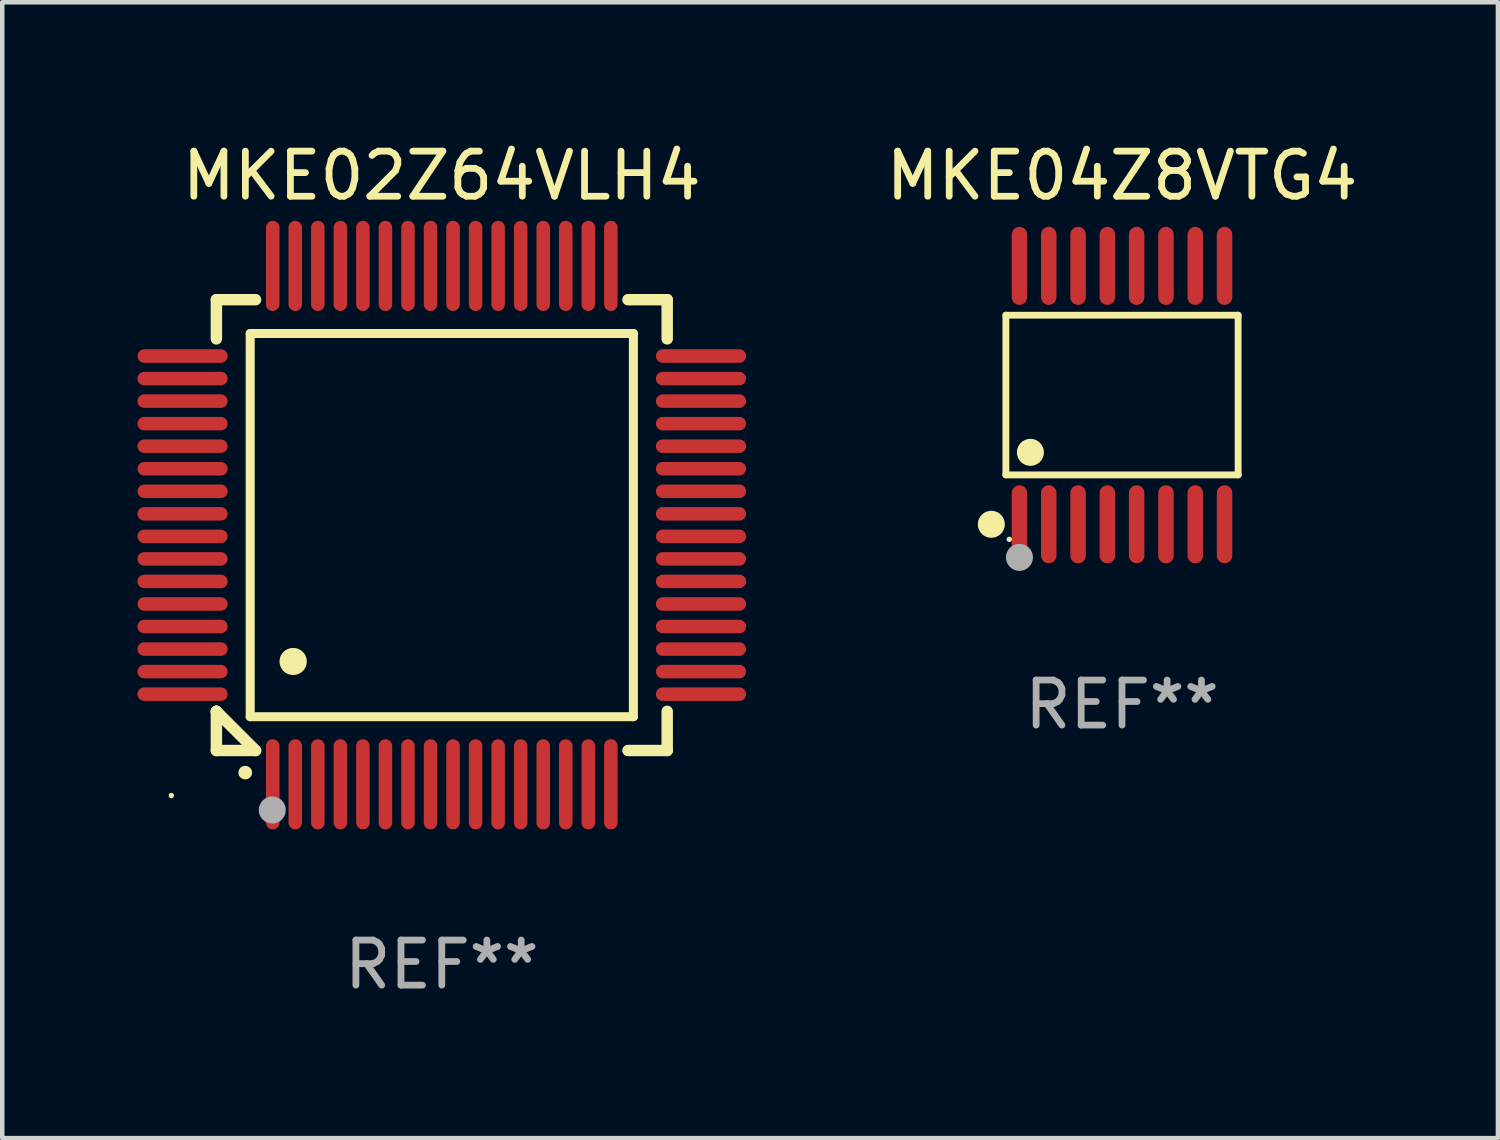
<source format=kicad_pcb>
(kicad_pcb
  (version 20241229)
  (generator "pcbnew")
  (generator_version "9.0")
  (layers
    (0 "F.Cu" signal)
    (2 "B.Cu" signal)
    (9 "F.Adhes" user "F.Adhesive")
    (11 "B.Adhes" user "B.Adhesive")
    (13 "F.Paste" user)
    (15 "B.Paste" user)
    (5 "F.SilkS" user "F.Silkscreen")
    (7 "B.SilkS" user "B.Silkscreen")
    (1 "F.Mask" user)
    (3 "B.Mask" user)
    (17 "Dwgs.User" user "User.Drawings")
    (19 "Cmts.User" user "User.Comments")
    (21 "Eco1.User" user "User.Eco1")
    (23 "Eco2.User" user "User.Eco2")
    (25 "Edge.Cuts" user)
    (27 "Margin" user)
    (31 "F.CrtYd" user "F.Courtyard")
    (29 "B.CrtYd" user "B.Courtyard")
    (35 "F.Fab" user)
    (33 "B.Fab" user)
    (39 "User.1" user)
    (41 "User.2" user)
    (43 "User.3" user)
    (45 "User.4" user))
  (footprint "MKE04Z8VTG4"
    (layer "F.Cu")
    (at 21.839 5.714)
    (property "Reference" "MKE04Z8VTG4" (at 0 -4.866 0) (layer "F.SilkS") (effects (font (size 1 1) (thickness 0.15))))
    (attr through_hole)
    (fp_line (start -2.576 -1.772) (end 2.576 -1.772) (stroke (width 0.152) (type solid)) (layer "F.SilkS"))
    (fp_line (start -2.576 1.771) (end -2.576 -1.772) (stroke (width 0.152) (type solid)) (layer "F.SilkS"))
    (fp_line (start 2.576 -1.772) (end 2.576 1.771) (stroke (width 0.152) (type solid)) (layer "F.SilkS"))
    (fp_line (start 2.576 1.771) (end -2.576 1.771) (stroke (width 0.152) (type solid)) (layer "F.SilkS"))
    (fp_circle (center -2.899 2.866) (end -2.749 2.866) (stroke (width 0.3) (type solid)) (fill no) (layer "F.SilkS"))
    (fp_circle (center -2.5 3.2) (end -2.47 3.2) (stroke (width 0.06) (type solid)) (fill no) (layer "F.SilkS"))
    (fp_circle (center -2.032 1.27) (end -1.882 1.27) (stroke (width 0.3) (type solid)) (fill no) (layer "F.SilkS"))
    (fp_circle (center -2.275 3.6) (end -2.125 3.6) (stroke (width 0.3) (type solid)) (fill no) (layer "F.Fab"))
    (fp_text user "REF**" (at 0 6.866 0) (layer "F.Fab") (effects (font (size 1 1) (thickness 0.15))))
    (pad "1" smd oval (at -2.275 2.866) (size 0.343 1.731) (layers "F.Cu" "F.Mask" "F.Paste"))
    (pad "2" smd oval (at -1.625 2.866) (size 0.343 1.731) (layers "F.Cu" "F.Mask" "F.Paste"))
    (pad "3" smd oval (at -0.975 2.866) (size 0.343 1.731) (layers "F.Cu" "F.Mask" "F.Paste"))
    (pad "4" smd oval (at -0.325 2.866) (size 0.343 1.731) (layers "F.Cu" "F.Mask" "F.Paste"))
    (pad "5" smd oval (at 0.325 2.866) (size 0.343 1.731) (layers "F.Cu" "F.Mask" "F.Paste"))
    (pad "6" smd oval (at 0.975 2.866) (size 0.343 1.731) (layers "F.Cu" "F.Mask" "F.Paste"))
    (pad "7" smd oval (at 1.625 2.866) (size 0.343 1.731) (layers "F.Cu" "F.Mask" "F.Paste"))
    (pad "8" smd oval (at 2.275 2.866) (size 0.343 1.731) (layers "F.Cu" "F.Mask" "F.Paste"))
    (pad "9" smd oval (at 2.275 -2.866) (size 0.343 1.731) (layers "F.Cu" "F.Mask" "F.Paste"))
    (pad "10" smd oval (at 1.625 -2.866) (size 0.343 1.731) (layers "F.Cu" "F.Mask" "F.Paste"))
    (pad "11" smd oval (at 0.975 -2.866) (size 0.343 1.731) (layers "F.Cu" "F.Mask" "F.Paste"))
    (pad "12" smd oval (at 0.325 -2.866) (size 0.343 1.731) (layers "F.Cu" "F.Mask" "F.Paste"))
    (pad "13" smd oval (at -0.325 -2.866) (size 0.343 1.731) (layers "F.Cu" "F.Mask" "F.Paste"))
    (pad "14" smd oval (at -0.975 -2.866) (size 0.343 1.731) (layers "F.Cu" "F.Mask" "F.Paste"))
    (pad "15" smd oval (at -1.625 -2.866) (size 0.343 1.731) (layers "F.Cu" "F.Mask" "F.Paste"))
    (pad "16" smd oval (at -2.275 -2.866) (size 0.343 1.731) (layers "F.Cu" "F.Mask" "F.Paste")))
  (footprint "MKE02Z64VLH4"
    (layer "F.Cu")
    (at 6.75 8.598)
    (property "Reference" "MKE02Z64VLH4" (at 0 -7.75 0) (layer "F.SilkS") (effects (font (size 1 1) (thickness 0.15))))
    (attr through_hole)
    (fp_line (start -5 -5) (end -4.131 -5) (stroke (width 0.254) (type solid)) (layer "F.SilkS"))
    (fp_line (start -5 -4.131) (end -5 -5) (stroke (width 0.254) (type solid)) (layer "F.SilkS"))
    (fp_line (start -5 4.131) (end -5 4.131) (stroke (width 0.254) (type solid)) (layer "F.SilkS"))
    (fp_line (start -5 5) (end -5 4.131) (stroke (width 0.254) (type solid)) (layer "F.SilkS"))
    (fp_line (start -5 4.131) (end -4.131 5) (stroke (width 0.254) (type solid)) (layer "F.SilkS"))
    (fp_line (start -4.25 -4.25) (end -4.25 4.25) (stroke (width 0.2) (type solid)) (layer "F.SilkS"))
    (fp_line (start -4.25 4.25) (end 4.25 4.25) (stroke (width 0.2) (type solid)) (layer "F.SilkS"))
    (fp_line (start -4.131 5) (end -5 5) (stroke (width 0.254) (type solid)) (layer "F.SilkS"))
    (fp_line (start 4.25 -4.25) (end -4.25 -4.25) (stroke (width 0.2) (type solid)) (layer "F.SilkS"))
    (fp_line (start 4.25 4.25) (end 4.25 -4.25) (stroke (width 0.2) (type solid)) (layer "F.SilkS"))
    (fp_line (start 5 -5) (end 4.131 -5) (stroke (width 0.254) (type solid)) (layer "F.SilkS"))
    (fp_line (start 5 -5) (end 5 -4.131) (stroke (width 0.254) (type solid)) (layer "F.SilkS"))
    (fp_line (start 5 4.131) (end 5 5) (stroke (width 0.254) (type solid)) (layer "F.SilkS"))
    (fp_line (start 5 5) (end 4.131 5) (stroke (width 0.254) (type solid)) (layer "F.SilkS"))
    (fp_arc (start -4.361265 5.489992) (mid -4.359995 5.489987) (end -4.358725 5.489992) (stroke (width 0.3) (type solid)) (layer "F.SilkS"))
    (fp_arc (start -3.299467 3.025146) (mid -3.296927 3.025135) (end -3.294387 3.025146) (stroke (width 0.6) (type solid)) (layer "F.SilkS"))
    (fp_circle (center -6 6) (end -5.97 6) (stroke (width 0.06) (type solid)) (fill no) (layer "F.SilkS"))
    (fp_circle (center -3.76 6.32) (end -3.61 6.32) (stroke (width 0.3) (type solid)) (fill no) (layer "F.Fab"))
    (fp_text user "REF**" (at 0 9.75 0) (layer "F.Fab") (effects (font (size 1 1) (thickness 0.15))))
    (pad "1" smd oval (at -3.75 5.75) (size 0.3 2) (layers "F.Cu" "F.Mask" "F.Paste"))
    (pad "2" smd oval (at -3.25 5.75) (size 0.3 2) (layers "F.Cu" "F.Mask" "F.Paste"))
    (pad "3" smd oval (at -2.75 5.75) (size 0.3 2) (layers "F.Cu" "F.Mask" "F.Paste"))
    (pad "4" smd oval (at -2.25 5.75) (size 0.3 2) (layers "F.Cu" "F.Mask" "F.Paste"))
    (pad "5" smd oval (at -1.75 5.75) (size 0.3 2) (layers "F.Cu" "F.Mask" "F.Paste"))
    (pad "6" smd oval (at -1.25 5.75) (size 0.3 2) (layers "F.Cu" "F.Mask" "F.Paste"))
    (pad "7" smd oval (at -0.75 5.75) (size 0.3 2) (layers "F.Cu" "F.Mask" "F.Paste"))
    (pad "8" smd oval (at -0.25 5.75) (size 0.3 2) (layers "F.Cu" "F.Mask" "F.Paste"))
    (pad "9" smd oval (at 0.25 5.75) (size 0.3 2) (layers "F.Cu" "F.Mask" "F.Paste"))
    (pad "10" smd oval (at 0.75 5.75) (size 0.3 2) (layers "F.Cu" "F.Mask" "F.Paste"))
    (pad "11" smd oval (at 1.25 5.75) (size 0.3 2) (layers "F.Cu" "F.Mask" "F.Paste"))
    (pad "12" smd oval (at 1.75 5.75) (size 0.3 2) (layers "F.Cu" "F.Mask" "F.Paste"))
    (pad "13" smd oval (at 2.25 5.75) (size 0.3 2) (layers "F.Cu" "F.Mask" "F.Paste"))
    (pad "14" smd oval (at 2.75 5.75) (size 0.3 2) (layers "F.Cu" "F.Mask" "F.Paste"))
    (pad "15" smd oval (at 3.25 5.75) (size 0.3 2) (layers "F.Cu" "F.Mask" "F.Paste"))
    (pad "16" smd oval (at 3.75 5.75) (size 0.3 2) (layers "F.Cu" "F.Mask" "F.Paste"))
    (pad "17" smd oval (at 5.75 3.75) (size 2 0.3) (layers "F.Cu" "F.Mask" "F.Paste"))
    (pad "18" smd oval (at 5.75 3.25) (size 2 0.3) (layers "F.Cu" "F.Mask" "F.Paste"))
    (pad "19" smd oval (at 5.75 2.75) (size 2 0.3) (layers "F.Cu" "F.Mask" "F.Paste"))
    (pad "20" smd oval (at 5.75 2.25) (size 2 0.3) (layers "F.Cu" "F.Mask" "F.Paste"))
    (pad "21" smd oval (at 5.75 1.75) (size 2 0.3) (layers "F.Cu" "F.Mask" "F.Paste"))
    (pad "22" smd oval (at 5.75 1.25) (size 2 0.3) (layers "F.Cu" "F.Mask" "F.Paste"))
    (pad "23" smd oval (at 5.75 0.75) (size 2 0.3) (layers "F.Cu" "F.Mask" "F.Paste"))
    (pad "24" smd oval (at 5.75 0.25) (size 2 0.3) (layers "F.Cu" "F.Mask" "F.Paste"))
    (pad "25" smd oval (at 5.75 -0.25) (size 2 0.3) (layers "F.Cu" "F.Mask" "F.Paste"))
    (pad "26" smd oval (at 5.75 -0.75) (size 2 0.3) (layers "F.Cu" "F.Mask" "F.Paste"))
    (pad "27" smd oval (at 5.75 -1.25) (size 2 0.3) (layers "F.Cu" "F.Mask" "F.Paste"))
    (pad "28" smd oval (at 5.75 -1.75) (size 2 0.3) (layers "F.Cu" "F.Mask" "F.Paste"))
    (pad "29" smd oval (at 5.75 -2.25) (size 2 0.3) (layers "F.Cu" "F.Mask" "F.Paste"))
    (pad "30" smd oval (at 5.75 -2.75) (size 2 0.3) (layers "F.Cu" "F.Mask" "F.Paste"))
    (pad "31" smd oval (at 5.75 -3.25) (size 2 0.3) (layers "F.Cu" "F.Mask" "F.Paste"))
    (pad "32" smd oval (at 5.75 -3.75) (size 2 0.3) (layers "F.Cu" "F.Mask" "F.Paste"))
    (pad "33" smd oval (at 3.75 -5.75) (size 0.3 2) (layers "F.Cu" "F.Mask" "F.Paste"))
    (pad "34" smd oval (at 3.25 -5.75) (size 0.3 2) (layers "F.Cu" "F.Mask" "F.Paste"))
    (pad "35" smd oval (at 2.75 -5.75) (size 0.3 2) (layers "F.Cu" "F.Mask" "F.Paste"))
    (pad "36" smd oval (at 2.25 -5.75) (size 0.3 2) (layers "F.Cu" "F.Mask" "F.Paste"))
    (pad "37" smd oval (at 1.75 -5.75) (size 0.3 2) (layers "F.Cu" "F.Mask" "F.Paste"))
    (pad "38" smd oval (at 1.25 -5.75) (size 0.3 2) (layers "F.Cu" "F.Mask" "F.Paste"))
    (pad "39" smd oval (at 0.75 -5.75) (size 0.3 2) (layers "F.Cu" "F.Mask" "F.Paste"))
    (pad "40" smd oval (at 0.25 -5.75) (size 0.3 2) (layers "F.Cu" "F.Mask" "F.Paste"))
    (pad "41" smd oval (at -0.25 -5.75) (size 0.3 2) (layers "F.Cu" "F.Mask" "F.Paste"))
    (pad "42" smd oval (at -0.75 -5.75) (size 0.3 2) (layers "F.Cu" "F.Mask" "F.Paste"))
    (pad "43" smd oval (at -1.25 -5.75) (size 0.3 2) (layers "F.Cu" "F.Mask" "F.Paste"))
    (pad "44" smd oval (at -1.75 -5.75) (size 0.3 2) (layers "F.Cu" "F.Mask" "F.Paste"))
    (pad "45" smd oval (at -2.25 -5.75) (size 0.3 2) (layers "F.Cu" "F.Mask" "F.Paste"))
    (pad "46" smd oval (at -2.75 -5.75) (size 0.3 2) (layers "F.Cu" "F.Mask" "F.Paste"))
    (pad "47" smd oval (at -3.25 -5.75) (size 0.3 2) (layers "F.Cu" "F.Mask" "F.Paste"))
    (pad "48" smd oval (at -3.75 -5.75) (size 0.3 2) (layers "F.Cu" "F.Mask" "F.Paste"))
    (pad "49" smd oval (at -5.75 -3.75) (size 2 0.3) (layers "F.Cu" "F.Mask" "F.Paste"))
    (pad "50" smd oval (at -5.75 -3.25) (size 2 0.3) (layers "F.Cu" "F.Mask" "F.Paste"))
    (pad "51" smd oval (at -5.75 -2.75) (size 2 0.3) (layers "F.Cu" "F.Mask" "F.Paste"))
    (pad "52" smd oval (at -5.75 -2.25) (size 2 0.3) (layers "F.Cu" "F.Mask" "F.Paste"))
    (pad "53" smd oval (at -5.75 -1.75) (size 2 0.3) (layers "F.Cu" "F.Mask" "F.Paste"))
    (pad "54" smd oval (at -5.75 -1.25) (size 2 0.3) (layers "F.Cu" "F.Mask" "F.Paste"))
    (pad "55" smd oval (at -5.75 -0.75) (size 2 0.3) (layers "F.Cu" "F.Mask" "F.Paste"))
    (pad "56" smd oval (at -5.75 -0.25) (size 2 0.3) (layers "F.Cu" "F.Mask" "F.Paste"))
    (pad "57" smd oval (at -5.75 0.25) (size 2 0.3) (layers "F.Cu" "F.Mask" "F.Paste"))
    (pad "58" smd oval (at -5.75 0.75) (size 2 0.3) (layers "F.Cu" "F.Mask" "F.Paste"))
    (pad "59" smd oval (at -5.75 1.25) (size 2 0.3) (layers "F.Cu" "F.Mask" "F.Paste"))
    (pad "60" smd oval (at -5.75 1.75) (size 2 0.3) (layers "F.Cu" "F.Mask" "F.Paste"))
    (pad "61" smd oval (at -5.75 2.25) (size 2 0.3) (layers "F.Cu" "F.Mask" "F.Paste"))
    (pad "62" smd oval (at -5.75 2.75) (size 2 0.3) (layers "F.Cu" "F.Mask" "F.Paste"))
    (pad "63" smd oval (at -5.75 3.25) (size 2 0.3) (layers "F.Cu" "F.Mask" "F.Paste"))
    (pad "64" smd oval (at -5.75 3.75) (size 2 0.3) (layers "F.Cu" "F.Mask" "F.Paste")))
  (gr_rect
    (start -3 -3)
    (end 30.178 22.196)
    (stroke (width 0.1) (type default))
    (fill no)
    (layer "Edge.Cuts")))
</source>
